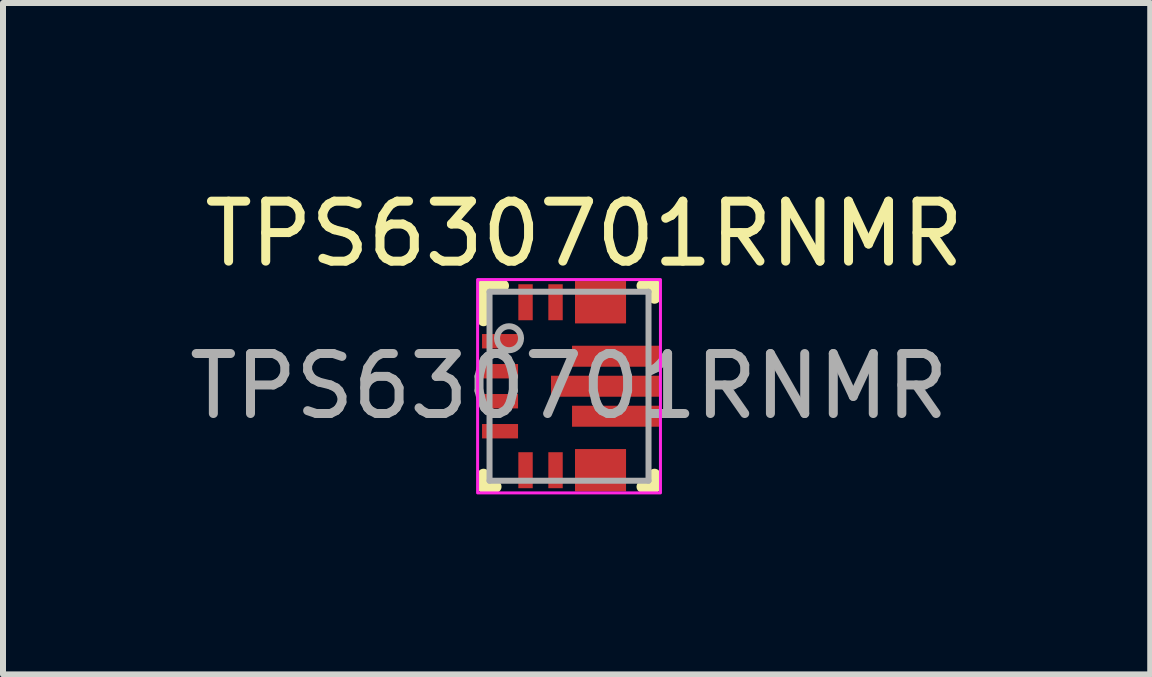
<source format=kicad_pcb>
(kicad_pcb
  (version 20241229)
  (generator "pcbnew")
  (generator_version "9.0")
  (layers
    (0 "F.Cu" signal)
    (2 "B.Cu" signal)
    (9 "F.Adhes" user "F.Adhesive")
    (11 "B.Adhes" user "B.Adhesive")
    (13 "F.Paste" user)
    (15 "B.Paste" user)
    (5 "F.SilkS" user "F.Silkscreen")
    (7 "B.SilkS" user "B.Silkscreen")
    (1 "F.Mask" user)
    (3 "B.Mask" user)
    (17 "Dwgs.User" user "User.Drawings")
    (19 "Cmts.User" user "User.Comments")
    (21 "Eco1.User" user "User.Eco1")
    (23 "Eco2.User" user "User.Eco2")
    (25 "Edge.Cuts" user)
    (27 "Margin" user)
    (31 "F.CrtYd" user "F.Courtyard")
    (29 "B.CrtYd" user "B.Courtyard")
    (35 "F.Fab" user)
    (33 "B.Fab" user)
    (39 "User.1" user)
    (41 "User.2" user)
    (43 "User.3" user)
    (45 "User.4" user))
  (footprint "TPS630701RNMR"
    (layer "F.Cu")
    (at 6.435 3.388)
    (property "Reference" "TPS630701RNMR" (at 0.254 -2.54 0) (unlocked yes) (layer "F.SilkS") (effects (font (size 1 1) (thickness 0.15))))
    (attr smd)
    (fp_poly (pts (xy 0.15 -1.15) (xy 0.15 -1.3) (xy 0.151 -1.31) (xy 0.154 -1.319) (xy 0.158 -1.328) (xy 0.165 -1.335) (xy 0.172 -1.342) (xy 0.181 -1.346) (xy 0.19 -1.349) (xy 0.2 -1.35) (xy 0.85 -1.35) (xy 0.86 -1.349) (xy 0.869 -1.346) (xy 0.878 -1.342) (xy 0.885 -1.335) (xy 0.892 -1.328) (xy 0.896 -1.319) (xy 0.899 -1.31) (xy 0.9 -1.3) (xy 0.9 -1.15) (xy 0.899 -1.14) (xy 0.896 -1.131) (xy 0.892 -1.122) (xy 0.885 -1.115) (xy 0.878 -1.108) (xy 0.869 -1.104) (xy 0.86 -1.101) (xy 0.85 -1.1) (xy 0.2 -1.1) (xy 0.19 -1.101) (xy 0.181 -1.104) (xy 0.172 -1.108) (xy 0.165 -1.115) (xy 0.158 -1.122) (xy 0.154 -1.131) (xy 0.151 -1.14)) (stroke (width 0) (type solid)) (fill yes) (layer "F.Mask"))
    (fp_poly (pts (xy 0.15 1.3) (xy 0.15 1.15) (xy 0.151 1.14) (xy 0.154 1.131) (xy 0.158 1.122) (xy 0.165 1.115) (xy 0.172 1.108) (xy 0.181 1.104) (xy 0.19 1.101) (xy 0.2 1.1) (xy 0.85 1.1) (xy 0.86 1.101) (xy 0.869 1.104) (xy 0.878 1.108) (xy 0.885 1.115) (xy 0.892 1.122) (xy 0.896 1.131) (xy 0.899 1.14) (xy 0.9 1.15) (xy 0.9 1.3) (xy 0.899 1.31) (xy 0.896 1.319) (xy 0.892 1.328) (xy 0.885 1.335) (xy 0.878 1.342) (xy 0.869 1.346) (xy 0.86 1.349) (xy 0.85 1.35) (xy 0.2 1.35) (xy 0.19 1.349) (xy 0.181 1.346) (xy 0.172 1.342) (xy 0.165 1.335) (xy 0.158 1.328) (xy 0.154 1.319) (xy 0.151 1.31)) (stroke (width 0) (type solid)) (fill yes) (layer "F.Mask"))
    (fp_poly (pts (xy 0.2 1.1) (xy 0.35 1.1) (xy 0.36 1.101) (xy 0.369 1.104) (xy 0.378 1.108) (xy 0.385 1.115) (xy 0.392 1.122) (xy 0.396 1.131) (xy 0.399 1.14) (xy 0.4 1.15) (xy 0.4 1.65) (xy 0.399 1.66) (xy 0.396 1.669) (xy 0.392 1.678) (xy 0.385 1.685) (xy 0.378 1.692) (xy 0.369 1.696) (xy 0.36 1.699) (xy 0.35 1.7) (xy 0.2 1.7) (xy 0.19 1.699) (xy 0.181 1.696) (xy 0.172 1.692) (xy 0.165 1.685) (xy 0.158 1.678) (xy 0.154 1.669) (xy 0.151 1.66) (xy 0.15 1.65) (xy 0.15 1.15) (xy 0.151 1.14) (xy 0.154 1.131) (xy 0.158 1.122) (xy 0.165 1.115) (xy 0.172 1.108) (xy 0.181 1.104) (xy 0.19 1.101)) (stroke (width 0) (type solid)) (fill yes) (layer "F.Mask"))
    (fp_poly (pts (xy 0.35 -1.1) (xy 0.2 -1.1) (xy 0.19 -1.101) (xy 0.181 -1.104) (xy 0.172 -1.108) (xy 0.165 -1.115) (xy 0.158 -1.122) (xy 0.154 -1.131) (xy 0.151 -1.14) (xy 0.15 -1.15) (xy 0.15 -1.65) (xy 0.151 -1.66) (xy 0.154 -1.669) (xy 0.158 -1.678) (xy 0.165 -1.685) (xy 0.172 -1.692) (xy 0.181 -1.696) (xy 0.19 -1.699) (xy 0.2 -1.7) (xy 0.35 -1.7) (xy 0.36 -1.699) (xy 0.369 -1.696) (xy 0.378 -1.692) (xy 0.385 -1.685) (xy 0.392 -1.678) (xy 0.396 -1.669) (xy 0.399 -1.66) (xy 0.4 -1.65) (xy 0.4 -1.15) (xy 0.399 -1.14) (xy 0.396 -1.131) (xy 0.392 -1.122) (xy 0.385 -1.115) (xy 0.378 -1.108) (xy 0.369 -1.104) (xy 0.36 -1.101)) (stroke (width 0) (type solid)) (fill yes) (layer "F.Mask"))
    (fp_poly (pts (xy 0.7 1.1) (xy 0.85 1.1) (xy 0.86 1.101) (xy 0.869 1.104) (xy 0.878 1.108) (xy 0.885 1.115) (xy 0.892 1.122) (xy 0.896 1.131) (xy 0.899 1.14) (xy 0.9 1.15) (xy 0.9 1.65) (xy 0.899 1.66) (xy 0.896 1.669) (xy 0.892 1.678) (xy 0.885 1.685) (xy 0.878 1.692) (xy 0.869 1.696) (xy 0.86 1.699) (xy 0.85 1.7) (xy 0.7 1.7) (xy 0.69 1.699) (xy 0.681 1.696) (xy 0.672 1.692) (xy 0.665 1.685) (xy 0.658 1.678) (xy 0.654 1.669) (xy 0.651 1.66) (xy 0.65 1.65) (xy 0.65 1.15) (xy 0.651 1.14) (xy 0.654 1.131) (xy 0.658 1.122) (xy 0.665 1.115) (xy 0.672 1.108) (xy 0.681 1.104) (xy 0.69 1.101)) (stroke (width 0) (type solid)) (fill yes) (layer "F.Mask"))
    (fp_poly (pts (xy 0.85 -1.1) (xy 0.7 -1.1) (xy 0.69 -1.101) (xy 0.681 -1.104) (xy 0.672 -1.108) (xy 0.665 -1.115) (xy 0.658 -1.122) (xy 0.654 -1.131) (xy 0.651 -1.14) (xy 0.65 -1.15) (xy 0.65 -1.65) (xy 0.651 -1.66) (xy 0.654 -1.669) (xy 0.658 -1.678) (xy 0.665 -1.685) (xy 0.672 -1.692) (xy 0.681 -1.696) (xy 0.69 -1.699) (xy 0.7 -1.7) (xy 0.85 -1.7) (xy 0.86 -1.699) (xy 0.869 -1.696) (xy 0.878 -1.692) (xy 0.885 -1.685) (xy 0.892 -1.678) (xy 0.896 -1.669) (xy 0.899 -1.66) (xy 0.9 -1.65) (xy 0.9 -1.15) (xy 0.899 -1.14) (xy 0.896 -1.131) (xy 0.892 -1.122) (xy 0.885 -1.115) (xy 0.878 -1.108) (xy 0.869 -1.104) (xy 0.86 -1.101)) (stroke (width 0) (type solid)) (fill yes) (layer "F.Mask"))
    (fp_line (start -1.425 -1.675) (end -1.1 -1.675) (stroke (width 0.2) (type solid)) (layer "F.SilkS"))
    (fp_line (start -1.425 -1.1) (end -1.425 -1.675) (stroke (width 0.2) (type solid)) (layer "F.SilkS"))
    (fp_line (start -1.425 1.675) (end -1.425 1.475) (stroke (width 0.2) (type solid)) (layer "F.SilkS"))
    (fp_line (start -1.425 1.675) (end -1.225 1.675) (stroke (width 0.2) (type solid)) (layer "F.SilkS"))
    (fp_line (start 1.225 -1.675) (end 1.425 -1.675) (stroke (width 0.2) (type solid)) (layer "F.SilkS"))
    (fp_line (start 1.225 1.675) (end 1.425 1.675) (stroke (width 0.2) (type solid)) (layer "F.SilkS"))
    (fp_line (start 1.425 -1.475) (end 1.425 -1.675) (stroke (width 0.2) (type solid)) (layer "F.SilkS"))
    (fp_line (start 1.425 1.675) (end 1.425 1.475) (stroke (width 0.2) (type solid)) (layer "F.SilkS"))
    (fp_poly (pts (xy -0.22 0.075) (xy -0.22 -0.075) (xy -0.219 -0.085) (xy -0.216 -0.094) (xy -0.212 -0.103) (xy -0.205 -0.11) (xy -0.198 -0.117) (xy -0.189 -0.121) (xy -0.18 -0.124) (xy -0.17 -0.125) (xy 0.45 -0.125) (xy 0.46 -0.124) (xy 0.469 -0.121) (xy 0.478 -0.117) (xy 0.485 -0.11) (xy 0.492 -0.103) (xy 0.496 -0.094) (xy 0.499 -0.085) (xy 0.5 -0.075) (xy 0.5 0.075) (xy 0.499 0.085) (xy 0.496 0.094) (xy 0.492 0.103) (xy 0.485 0.11) (xy 0.478 0.117) (xy 0.469 0.121) (xy 0.46 0.124) (xy 0.45 0.125) (xy -0.17 0.125) (xy -0.18 0.124) (xy -0.189 0.121) (xy -0.198 0.117) (xy -0.205 0.11) (xy -0.212 0.103) (xy -0.216 0.094) (xy -0.219 0.085)) (stroke (width 0) (type solid)) (fill yes) (layer "F.Paste"))
    (fp_poly (pts (xy 0.101 -0.425) (xy 0.101 -0.575) (xy 0.101 -0.585) (xy 0.104 -0.594) (xy 0.109 -0.603) (xy 0.115 -0.61) (xy 0.123 -0.617) (xy 0.131 -0.621) (xy 0.141 -0.624) (xy 0.15 -0.625) (xy 0.625 -0.625) (xy 0.635 -0.624) (xy 0.645 -0.621) (xy 0.653 -0.617) (xy 0.661 -0.61) (xy 0.667 -0.603) (xy 0.672 -0.594) (xy 0.675 -0.585) (xy 0.675 -0.575) (xy 0.675 -0.425) (xy 0.675 -0.415) (xy 0.672 -0.406) (xy 0.667 -0.397) (xy 0.661 -0.39) (xy 0.653 -0.383) (xy 0.645 -0.379) (xy 0.635 -0.376) (xy 0.625 -0.375) (xy 0.15 -0.375) (xy 0.141 -0.376) (xy 0.131 -0.379) (xy 0.123 -0.383) (xy 0.115 -0.39) (xy 0.109 -0.397) (xy 0.104 -0.406) (xy 0.101 -0.415)) (stroke (width 0) (type solid)) (fill yes) (layer "F.Paste"))
    (fp_poly (pts (xy 0.101 0.575) (xy 0.101 0.425) (xy 0.101 0.415) (xy 0.104 0.406) (xy 0.109 0.397) (xy 0.115 0.39) (xy 0.123 0.383) (xy 0.131 0.379) (xy 0.141 0.376) (xy 0.15 0.375) (xy 0.625 0.375) (xy 0.635 0.376) (xy 0.645 0.379) (xy 0.653 0.383) (xy 0.661 0.39) (xy 0.667 0.397) (xy 0.672 0.406) (xy 0.675 0.415) (xy 0.675 0.425) (xy 0.675 0.575) (xy 0.675 0.585) (xy 0.672 0.594) (xy 0.667 0.603) (xy 0.661 0.61) (xy 0.653 0.617) (xy 0.645 0.621) (xy 0.635 0.624) (xy 0.625 0.625) (xy 0.15 0.625) (xy 0.141 0.624) (xy 0.131 0.621) (xy 0.123 0.617) (xy 0.115 0.61) (xy 0.109 0.603) (xy 0.104 0.594) (xy 0.101 0.585)) (stroke (width 0) (type solid)) (fill yes) (layer "F.Paste"))
    (fp_poly (pts (xy 0.15 -1.15) (xy 0.15 -1.3) (xy 0.151 -1.31) (xy 0.154 -1.319) (xy 0.158 -1.328) (xy 0.165 -1.335) (xy 0.172 -1.342) (xy 0.181 -1.346) (xy 0.19 -1.349) (xy 0.2 -1.35) (xy 0.85 -1.35) (xy 0.86 -1.349) (xy 0.869 -1.346) (xy 0.878 -1.342) (xy 0.885 -1.335) (xy 0.892 -1.328) (xy 0.896 -1.319) (xy 0.899 -1.31) (xy 0.9 -1.3) (xy 0.9 -1.15) (xy 0.899 -1.14) (xy 0.896 -1.131) (xy 0.892 -1.122) (xy 0.885 -1.115) (xy 0.878 -1.108) (xy 0.869 -1.104) (xy 0.86 -1.101) (xy 0.85 -1.1) (xy 0.2 -1.1) (xy 0.19 -1.101) (xy 0.181 -1.104) (xy 0.172 -1.108) (xy 0.165 -1.115) (xy 0.158 -1.122) (xy 0.154 -1.131) (xy 0.151 -1.14)) (stroke (width 0) (type solid)) (fill yes) (layer "F.Paste"))
    (fp_poly (pts (xy 0.15 1.3) (xy 0.15 1.15) (xy 0.151 1.14) (xy 0.154 1.131) (xy 0.158 1.122) (xy 0.165 1.115) (xy 0.172 1.108) (xy 0.181 1.104) (xy 0.19 1.101) (xy 0.2 1.1) (xy 0.85 1.1) (xy 0.86 1.101) (xy 0.869 1.104) (xy 0.878 1.108) (xy 0.885 1.115) (xy 0.892 1.122) (xy 0.896 1.131) (xy 0.899 1.14) (xy 0.9 1.15) (xy 0.9 1.3) (xy 0.899 1.31) (xy 0.896 1.319) (xy 0.892 1.328) (xy 0.885 1.335) (xy 0.878 1.342) (xy 0.869 1.346) (xy 0.86 1.349) (xy 0.85 1.35) (xy 0.2 1.35) (xy 0.19 1.349) (xy 0.181 1.346) (xy 0.172 1.342) (xy 0.165 1.335) (xy 0.158 1.328) (xy 0.154 1.319) (xy 0.151 1.31)) (stroke (width 0) (type solid)) (fill yes) (layer "F.Paste"))
    (fp_poly (pts (xy 0.2 1.1) (xy 0.35 1.1) (xy 0.36 1.101) (xy 0.369 1.104) (xy 0.378 1.108) (xy 0.385 1.115) (xy 0.392 1.122) (xy 0.396 1.131) (xy 0.399 1.14) (xy 0.4 1.15) (xy 0.4 1.65) (xy 0.399 1.66) (xy 0.396 1.669) (xy 0.392 1.678) (xy 0.385 1.685) (xy 0.378 1.692) (xy 0.369 1.696) (xy 0.36 1.699) (xy 0.35 1.7) (xy 0.2 1.7) (xy 0.19 1.699) (xy 0.181 1.696) (xy 0.172 1.692) (xy 0.165 1.685) (xy 0.158 1.678) (xy 0.154 1.669) (xy 0.151 1.66) (xy 0.15 1.65) (xy 0.15 1.15) (xy 0.151 1.14) (xy 0.154 1.131) (xy 0.158 1.122) (xy 0.165 1.115) (xy 0.172 1.108) (xy 0.181 1.104) (xy 0.19 1.101)) (stroke (width 0) (type solid)) (fill yes) (layer "F.Paste"))
    (fp_poly (pts (xy 0.35 -1.1) (xy 0.2 -1.1) (xy 0.19 -1.101) (xy 0.181 -1.104) (xy 0.172 -1.108) (xy 0.165 -1.115) (xy 0.158 -1.122) (xy 0.154 -1.131) (xy 0.151 -1.14) (xy 0.15 -1.15) (xy 0.15 -1.65) (xy 0.151 -1.66) (xy 0.154 -1.669) (xy 0.158 -1.678) (xy 0.165 -1.685) (xy 0.172 -1.692) (xy 0.181 -1.696) (xy 0.19 -1.699) (xy 0.2 -1.7) (xy 0.35 -1.7) (xy 0.36 -1.699) (xy 0.369 -1.696) (xy 0.378 -1.692) (xy 0.385 -1.685) (xy 0.392 -1.678) (xy 0.396 -1.669) (xy 0.399 -1.66) (xy 0.4 -1.65) (xy 0.4 -1.15) (xy 0.399 -1.14) (xy 0.396 -1.131) (xy 0.392 -1.122) (xy 0.385 -1.115) (xy 0.378 -1.108) (xy 0.369 -1.104) (xy 0.36 -1.101)) (stroke (width 0) (type solid)) (fill yes) (layer "F.Paste"))
    (fp_poly (pts (xy 0.7 0.075) (xy 0.7 -0.075) (xy 0.701 -0.085) (xy 0.704 -0.094) (xy 0.708 -0.103) (xy 0.715 -0.11) (xy 0.722 -0.117) (xy 0.731 -0.121) (xy 0.74 -0.124) (xy 0.75 -0.125) (xy 1.37 -0.125) (xy 1.38 -0.124) (xy 1.389 -0.121) (xy 1.398 -0.117) (xy 1.405 -0.11) (xy 1.412 -0.103) (xy 1.416 -0.094) (xy 1.419 -0.085) (xy 1.42 -0.075) (xy 1.42 0.075) (xy 1.419 0.085) (xy 1.416 0.094) (xy 1.412 0.103) (xy 1.405 0.11) (xy 1.398 0.117) (xy 1.389 0.121) (xy 1.38 0.124) (xy 1.37 0.125) (xy 0.75 0.125) (xy 0.74 0.124) (xy 0.731 0.121) (xy 0.722 0.117) (xy 0.715 0.11) (xy 0.708 0.103) (xy 0.704 0.094) (xy 0.701 0.085)) (stroke (width 0) (type solid)) (fill yes) (layer "F.Paste"))
    (fp_poly (pts (xy 0.7 1.1) (xy 0.85 1.1) (xy 0.86 1.101) (xy 0.869 1.104) (xy 0.878 1.108) (xy 0.885 1.115) (xy 0.892 1.122) (xy 0.896 1.131) (xy 0.899 1.14) (xy 0.9 1.15) (xy 0.9 1.65) (xy 0.899 1.66) (xy 0.896 1.669) (xy 0.892 1.678) (xy 0.885 1.685) (xy 0.878 1.692) (xy 0.869 1.696) (xy 0.86 1.699) (xy 0.85 1.7) (xy 0.7 1.7) (xy 0.69 1.699) (xy 0.681 1.696) (xy 0.672 1.692) (xy 0.665 1.685) (xy 0.658 1.678) (xy 0.654 1.669) (xy 0.651 1.66) (xy 0.65 1.65) (xy 0.65 1.15) (xy 0.651 1.14) (xy 0.654 1.131) (xy 0.658 1.122) (xy 0.665 1.115) (xy 0.672 1.108) (xy 0.681 1.104) (xy 0.69 1.101)) (stroke (width 0) (type solid)) (fill yes) (layer "F.Paste"))
    (fp_poly (pts (xy 0.85 -1.1) (xy 0.7 -1.1) (xy 0.69 -1.101) (xy 0.681 -1.104) (xy 0.672 -1.108) (xy 0.665 -1.115) (xy 0.658 -1.122) (xy 0.654 -1.131) (xy 0.651 -1.14) (xy 0.65 -1.15) (xy 0.65 -1.65) (xy 0.651 -1.66) (xy 0.654 -1.669) (xy 0.658 -1.678) (xy 0.665 -1.685) (xy 0.672 -1.692) (xy 0.681 -1.696) (xy 0.69 -1.699) (xy 0.7 -1.7) (xy 0.85 -1.7) (xy 0.86 -1.699) (xy 0.869 -1.696) (xy 0.878 -1.692) (xy 0.885 -1.685) (xy 0.892 -1.678) (xy 0.896 -1.669) (xy 0.899 -1.66) (xy 0.9 -1.65) (xy 0.9 -1.15) (xy 0.899 -1.14) (xy 0.896 -1.131) (xy 0.892 -1.122) (xy 0.885 -1.115) (xy 0.878 -1.108) (xy 0.869 -1.104) (xy 0.86 -1.101)) (stroke (width 0) (type solid)) (fill yes) (layer "F.Paste"))
    (fp_poly (pts (xy 0.875 -0.425) (xy 0.875 -0.575) (xy 0.876 -0.585) (xy 0.879 -0.594) (xy 0.884 -0.603) (xy 0.89 -0.61) (xy 0.898 -0.617) (xy 0.906 -0.621) (xy 0.916 -0.624) (xy 0.925 -0.625) (xy 1.401 -0.625) (xy 1.41 -0.624) (xy 1.42 -0.621) (xy 1.428 -0.617) (xy 1.436 -0.61) (xy 1.442 -0.603) (xy 1.447 -0.594) (xy 1.45 -0.585) (xy 1.45 -0.575) (xy 1.45 -0.425) (xy 1.45 -0.415) (xy 1.447 -0.406) (xy 1.442 -0.397) (xy 1.436 -0.39) (xy 1.428 -0.383) (xy 1.42 -0.379) (xy 1.41 -0.376) (xy 1.401 -0.375) (xy 0.925 -0.375) (xy 0.916 -0.376) (xy 0.906 -0.379) (xy 0.898 -0.383) (xy 0.89 -0.39) (xy 0.884 -0.397) (xy 0.879 -0.406) (xy 0.876 -0.415)) (stroke (width 0) (type solid)) (fill yes) (layer "F.Paste"))
    (fp_poly (pts (xy 0.875 0.575) (xy 0.875 0.425) (xy 0.876 0.415) (xy 0.879 0.406) (xy 0.884 0.397) (xy 0.89 0.39) (xy 0.898 0.383) (xy 0.906 0.379) (xy 0.916 0.376) (xy 0.925 0.375) (xy 1.401 0.375) (xy 1.41 0.376) (xy 1.42 0.379) (xy 1.428 0.383) (xy 1.436 0.39) (xy 1.442 0.397) (xy 1.447 0.406) (xy 1.45 0.415) (xy 1.45 0.425) (xy 1.45 0.575) (xy 1.45 0.585) (xy 1.447 0.594) (xy 1.442 0.603) (xy 1.436 0.61) (xy 1.428 0.617) (xy 1.42 0.621) (xy 1.41 0.624) (xy 1.401 0.625) (xy 0.925 0.625) (xy 0.916 0.624) (xy 0.906 0.621) (xy 0.898 0.617) (xy 0.89 0.61) (xy 0.884 0.603) (xy 0.879 0.594) (xy 0.876 0.585)) (stroke (width 0) (type solid)) (fill yes) (layer "F.Paste"))
    (fp_rect (start 1.524 -1.778) (end -1.524 1.778) (stroke (width 0.05) (type default)) (fill no) (layer "F.CrtYd"))
    (fp_line (start -1.325 -1.575) (end 1.325 -1.575) (stroke (width 0.1) (type solid)) (layer "F.Fab"))
    (fp_line (start -1.325 1.575) (end -1.325 -1.575) (stroke (width 0.1) (type solid)) (layer "F.Fab"))
    (fp_line (start -1.325 1.575) (end 1.325 1.575) (stroke (width 0.1) (type solid)) (layer "F.Fab"))
    (fp_line (start 1.325 1.575) (end 1.325 -1.575) (stroke (width 0.1) (type solid)) (layer "F.Fab"))
    (fp_circle (center -1 -0.8) (end -0.8 -0.8) (stroke (width 0.1) (type solid)) (fill no) (layer "F.Fab"))
    (fp_text user "${REFERENCE}" (at 0 0 0) (unlocked yes) (layer "F.Fab") (effects (font (size 1 1) (thickness 0.15))))
    (pad "1" smd rect (at -1.15 -0.75 90) (size 0.24 0.6) (layers "F.Cu" "F.Mask" "F.Paste"))
    (pad "2" smd rect (at -1.15 -0.25 90) (size 0.24 0.6) (layers "F.Cu" "F.Mask" "F.Paste"))
    (pad "3" smd rect (at -1.15 0.25 90) (size 0.24 0.6) (layers "F.Cu" "F.Mask" "F.Paste"))
    (pad "4" smd rect (at -1.15 0.75 90) (size 0.24 0.6) (layers "F.Cu" "F.Mask" "F.Paste"))
    (pad "5" smd rect (at -0.725 1.4) (size 0.24 0.6) (layers "F.Cu" "F.Mask" "F.Paste"))
    (pad "6" smd rect (at -0.225 1.4) (size 0.24 0.6) (layers "F.Cu" "F.Mask" "F.Paste"))
    (pad "7" smd rect (at 0.525 1.4 90) (size 0.7 0.85) (layers "F.Cu" "F.Mask" "F.Paste"))
    (pad "8" smd rect (at 0.525 1.4 90) (size 0.7 0.85) (layers "F.Cu" "F.Mask" "F.Paste"))
    (pad "9" smd rect (at 0.775 0.5 90) (size 0.35 1.45) (layers "F.Cu" "F.Mask"))
    (pad "10" smd rect (at 0.6 0 90) (size 0.35 1.8) (layers "F.Cu" "F.Mask"))
    (pad "11" smd rect (at 0.775 -0.5 90) (size 0.35 1.45) (layers "F.Cu" "F.Mask"))
    (pad "12" smd rect (at 0.525 -1.4 90) (size 0.7 0.85) (layers "F.Cu" "F.Mask" "F.Paste"))
    (pad "13" smd rect (at 0.525 -1.4 90) (size 0.7 0.85) (layers "F.Cu" "F.Mask" "F.Paste"))
    (pad "14" smd rect (at -0.225 -1.4) (size 0.24 0.6) (layers "F.Cu" "F.Mask" "F.Paste"))
    (pad "15" smd rect (at -0.725 -1.4) (size 0.24 0.6) (layers "F.Cu" "F.Mask" "F.Paste")))
  (gr_rect
    (start -3 -3)
    (end 16.123 8.191)
    (stroke (width 0.1) (type default))
    (fill no)
    (layer "Edge.Cuts")))
</source>
